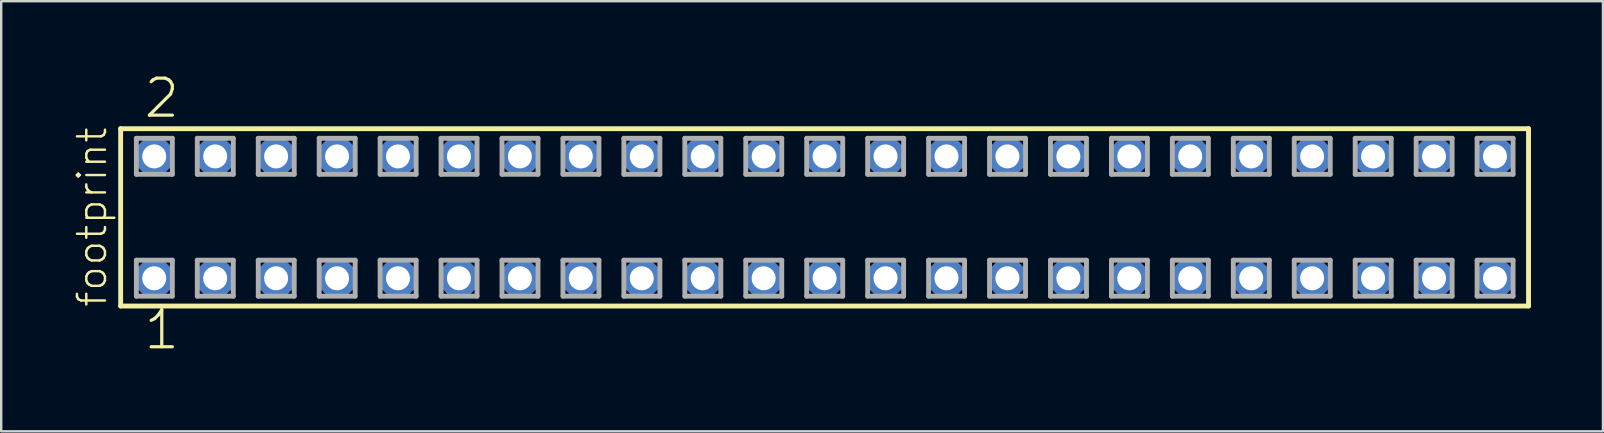
<source format=kicad_pcb>
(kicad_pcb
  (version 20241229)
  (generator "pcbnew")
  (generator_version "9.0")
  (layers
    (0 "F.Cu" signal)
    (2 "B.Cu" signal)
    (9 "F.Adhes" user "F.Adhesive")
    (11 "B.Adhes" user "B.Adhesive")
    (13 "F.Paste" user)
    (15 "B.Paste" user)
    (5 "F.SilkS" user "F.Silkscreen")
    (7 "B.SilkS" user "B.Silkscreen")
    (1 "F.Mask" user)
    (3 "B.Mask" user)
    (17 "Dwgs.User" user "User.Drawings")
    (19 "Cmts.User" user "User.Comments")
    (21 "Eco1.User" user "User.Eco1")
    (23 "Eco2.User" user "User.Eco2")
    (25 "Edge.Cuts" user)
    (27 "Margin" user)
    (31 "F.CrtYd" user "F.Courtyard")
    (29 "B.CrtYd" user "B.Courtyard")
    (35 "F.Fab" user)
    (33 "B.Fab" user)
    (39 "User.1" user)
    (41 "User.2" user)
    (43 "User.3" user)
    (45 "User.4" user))
  (footprint "footprint"
    (layer "F.Cu")
    (at 31.318 6.009)
    (property "Reference" "footprint" (at -29.845 3.81 90) (layer "F.SilkS") (effects (font (size 1.168 1.168) (thickness 0.102)) (justify left bottom)))
    (fp_line (start -29.339 -3.695) (end 29.339 -3.695) (stroke (width 0.203) (type solid)) (layer "F.SilkS"))
    (fp_line (start -29.339 3.695) (end -29.339 -3.695) (stroke (width 0.203) (type solid)) (layer "F.SilkS"))
    (fp_line (start 29.339 -3.695) (end 29.339 3.695) (stroke (width 0.203) (type solid)) (layer "F.SilkS"))
    (fp_line (start 29.339 3.695) (end -29.339 3.695) (stroke (width 0.203) (type solid)) (layer "F.SilkS"))
    (fp_line (start -28.685 -3.295) (end -27.185 -3.295) (stroke (width 0.203) (type solid)) (layer "F.Fab"))
    (fp_line (start -28.685 -1.795) (end -28.685 -3.295) (stroke (width 0.203) (type solid)) (layer "F.Fab"))
    (fp_line (start -28.685 1.785) (end -27.185 1.785) (stroke (width 0.203) (type solid)) (layer "F.Fab"))
    (fp_line (start -28.685 3.285) (end -28.685 1.785) (stroke (width 0.203) (type solid)) (layer "F.Fab"))
    (fp_line (start -27.185 -3.295) (end -27.185 -1.795) (stroke (width 0.203) (type solid)) (layer "F.Fab"))
    (fp_line (start -27.185 -1.795) (end -28.685 -1.795) (stroke (width 0.203) (type solid)) (layer "F.Fab"))
    (fp_line (start -27.185 1.785) (end -27.185 3.285) (stroke (width 0.203) (type solid)) (layer "F.Fab"))
    (fp_line (start -27.185 3.285) (end -28.685 3.285) (stroke (width 0.203) (type solid)) (layer "F.Fab"))
    (fp_line (start -26.145 -3.295) (end -24.645 -3.295) (stroke (width 0.203) (type solid)) (layer "F.Fab"))
    (fp_line (start -26.145 -1.795) (end -26.145 -3.295) (stroke (width 0.203) (type solid)) (layer "F.Fab"))
    (fp_line (start -26.145 1.785) (end -24.645 1.785) (stroke (width 0.203) (type solid)) (layer "F.Fab"))
    (fp_line (start -26.145 3.285) (end -26.145 1.785) (stroke (width 0.203) (type solid)) (layer "F.Fab"))
    (fp_line (start -24.645 -3.295) (end -24.645 -1.795) (stroke (width 0.203) (type solid)) (layer "F.Fab"))
    (fp_line (start -24.645 -1.795) (end -26.145 -1.795) (stroke (width 0.203) (type solid)) (layer "F.Fab"))
    (fp_line (start -24.645 1.785) (end -24.645 3.285) (stroke (width 0.203) (type solid)) (layer "F.Fab"))
    (fp_line (start -24.645 3.285) (end -26.145 3.285) (stroke (width 0.203) (type solid)) (layer "F.Fab"))
    (fp_line (start -23.605 -3.295) (end -22.105 -3.295) (stroke (width 0.203) (type solid)) (layer "F.Fab"))
    (fp_line (start -23.605 -1.795) (end -23.605 -3.295) (stroke (width 0.203) (type solid)) (layer "F.Fab"))
    (fp_line (start -23.605 1.785) (end -22.105 1.785) (stroke (width 0.203) (type solid)) (layer "F.Fab"))
    (fp_line (start -23.605 3.285) (end -23.605 1.785) (stroke (width 0.203) (type solid)) (layer "F.Fab"))
    (fp_line (start -22.105 -3.295) (end -22.105 -1.795) (stroke (width 0.203) (type solid)) (layer "F.Fab"))
    (fp_line (start -22.105 -1.795) (end -23.605 -1.795) (stroke (width 0.203) (type solid)) (layer "F.Fab"))
    (fp_line (start -22.105 1.785) (end -22.105 3.285) (stroke (width 0.203) (type solid)) (layer "F.Fab"))
    (fp_line (start -22.105 3.285) (end -23.605 3.285) (stroke (width 0.203) (type solid)) (layer "F.Fab"))
    (fp_line (start -21.065 -3.295) (end -19.565 -3.295) (stroke (width 0.203) (type solid)) (layer "F.Fab"))
    (fp_line (start -21.065 -1.795) (end -21.065 -3.295) (stroke (width 0.203) (type solid)) (layer "F.Fab"))
    (fp_line (start -21.065 1.785) (end -19.565 1.785) (stroke (width 0.203) (type solid)) (layer "F.Fab"))
    (fp_line (start -21.065 3.285) (end -21.065 1.785) (stroke (width 0.203) (type solid)) (layer "F.Fab"))
    (fp_line (start -19.565 -3.295) (end -19.565 -1.795) (stroke (width 0.203) (type solid)) (layer "F.Fab"))
    (fp_line (start -19.565 -1.795) (end -21.065 -1.795) (stroke (width 0.203) (type solid)) (layer "F.Fab"))
    (fp_line (start -19.565 1.785) (end -19.565 3.285) (stroke (width 0.203) (type solid)) (layer "F.Fab"))
    (fp_line (start -19.565 3.285) (end -21.065 3.285) (stroke (width 0.203) (type solid)) (layer "F.Fab"))
    (fp_line (start -18.525 -3.295) (end -17.025 -3.295) (stroke (width 0.203) (type solid)) (layer "F.Fab"))
    (fp_line (start -18.525 -1.795) (end -18.525 -3.295) (stroke (width 0.203) (type solid)) (layer "F.Fab"))
    (fp_line (start -18.525 1.785) (end -17.025 1.785) (stroke (width 0.203) (type solid)) (layer "F.Fab"))
    (fp_line (start -18.525 3.285) (end -18.525 1.785) (stroke (width 0.203) (type solid)) (layer "F.Fab"))
    (fp_line (start -17.025 -3.295) (end -17.025 -1.795) (stroke (width 0.203) (type solid)) (layer "F.Fab"))
    (fp_line (start -17.025 -1.795) (end -18.525 -1.795) (stroke (width 0.203) (type solid)) (layer "F.Fab"))
    (fp_line (start -17.025 1.785) (end -17.025 3.285) (stroke (width 0.203) (type solid)) (layer "F.Fab"))
    (fp_line (start -17.025 3.285) (end -18.525 3.285) (stroke (width 0.203) (type solid)) (layer "F.Fab"))
    (fp_line (start -15.985 -3.295) (end -14.485 -3.295) (stroke (width 0.203) (type solid)) (layer "F.Fab"))
    (fp_line (start -15.985 -1.795) (end -15.985 -3.295) (stroke (width 0.203) (type solid)) (layer "F.Fab"))
    (fp_line (start -15.985 1.785) (end -14.485 1.785) (stroke (width 0.203) (type solid)) (layer "F.Fab"))
    (fp_line (start -15.985 3.285) (end -15.985 1.785) (stroke (width 0.203) (type solid)) (layer "F.Fab"))
    (fp_line (start -14.485 -3.295) (end -14.485 -1.795) (stroke (width 0.203) (type solid)) (layer "F.Fab"))
    (fp_line (start -14.485 -1.795) (end -15.985 -1.795) (stroke (width 0.203) (type solid)) (layer "F.Fab"))
    (fp_line (start -14.485 1.785) (end -14.485 3.285) (stroke (width 0.203) (type solid)) (layer "F.Fab"))
    (fp_line (start -14.485 3.285) (end -15.985 3.285) (stroke (width 0.203) (type solid)) (layer "F.Fab"))
    (fp_line (start -13.445 -3.295) (end -11.945 -3.295) (stroke (width 0.203) (type solid)) (layer "F.Fab"))
    (fp_line (start -13.445 -1.795) (end -13.445 -3.295) (stroke (width 0.203) (type solid)) (layer "F.Fab"))
    (fp_line (start -13.445 1.785) (end -11.945 1.785) (stroke (width 0.203) (type solid)) (layer "F.Fab"))
    (fp_line (start -13.445 3.285) (end -13.445 1.785) (stroke (width 0.203) (type solid)) (layer "F.Fab"))
    (fp_line (start -11.945 -3.295) (end -11.945 -1.795) (stroke (width 0.203) (type solid)) (layer "F.Fab"))
    (fp_line (start -11.945 -1.795) (end -13.445 -1.795) (stroke (width 0.203) (type solid)) (layer "F.Fab"))
    (fp_line (start -11.945 1.785) (end -11.945 3.285) (stroke (width 0.203) (type solid)) (layer "F.Fab"))
    (fp_line (start -11.945 3.285) (end -13.445 3.285) (stroke (width 0.203) (type solid)) (layer "F.Fab"))
    (fp_line (start -10.905 -3.295) (end -9.405 -3.295) (stroke (width 0.203) (type solid)) (layer "F.Fab"))
    (fp_line (start -10.905 -1.795) (end -10.905 -3.295) (stroke (width 0.203) (type solid)) (layer "F.Fab"))
    (fp_line (start -10.905 1.785) (end -9.405 1.785) (stroke (width 0.203) (type solid)) (layer "F.Fab"))
    (fp_line (start -10.905 3.285) (end -10.905 1.785) (stroke (width 0.203) (type solid)) (layer "F.Fab"))
    (fp_line (start -9.405 -3.295) (end -9.405 -1.795) (stroke (width 0.203) (type solid)) (layer "F.Fab"))
    (fp_line (start -9.405 -1.795) (end -10.905 -1.795) (stroke (width 0.203) (type solid)) (layer "F.Fab"))
    (fp_line (start -9.405 1.785) (end -9.405 3.285) (stroke (width 0.203) (type solid)) (layer "F.Fab"))
    (fp_line (start -9.405 3.285) (end -10.905 3.285) (stroke (width 0.203) (type solid)) (layer "F.Fab"))
    (fp_line (start -8.365 -3.295) (end -6.865 -3.295) (stroke (width 0.203) (type solid)) (layer "F.Fab"))
    (fp_line (start -8.365 -1.795) (end -8.365 -3.295) (stroke (width 0.203) (type solid)) (layer "F.Fab"))
    (fp_line (start -8.365 1.785) (end -6.865 1.785) (stroke (width 0.203) (type solid)) (layer "F.Fab"))
    (fp_line (start -8.365 3.285) (end -8.365 1.785) (stroke (width 0.203) (type solid)) (layer "F.Fab"))
    (fp_line (start -6.865 -3.295) (end -6.865 -1.795) (stroke (width 0.203) (type solid)) (layer "F.Fab"))
    (fp_line (start -6.865 -1.795) (end -8.365 -1.795) (stroke (width 0.203) (type solid)) (layer "F.Fab"))
    (fp_line (start -6.865 1.785) (end -6.865 3.285) (stroke (width 0.203) (type solid)) (layer "F.Fab"))
    (fp_line (start -6.865 3.285) (end -8.365 3.285) (stroke (width 0.203) (type solid)) (layer "F.Fab"))
    (fp_line (start -5.825 -3.295) (end -4.325 -3.295) (stroke (width 0.203) (type solid)) (layer "F.Fab"))
    (fp_line (start -5.825 -1.795) (end -5.825 -3.295) (stroke (width 0.203) (type solid)) (layer "F.Fab"))
    (fp_line (start -5.825 1.785) (end -4.325 1.785) (stroke (width 0.203) (type solid)) (layer "F.Fab"))
    (fp_line (start -5.825 3.285) (end -5.825 1.785) (stroke (width 0.203) (type solid)) (layer "F.Fab"))
    (fp_line (start -4.325 -3.295) (end -4.325 -1.795) (stroke (width 0.203) (type solid)) (layer "F.Fab"))
    (fp_line (start -4.325 -1.795) (end -5.825 -1.795) (stroke (width 0.203) (type solid)) (layer "F.Fab"))
    (fp_line (start -4.325 1.785) (end -4.325 3.285) (stroke (width 0.203) (type solid)) (layer "F.Fab"))
    (fp_line (start -4.325 3.285) (end -5.825 3.285) (stroke (width 0.203) (type solid)) (layer "F.Fab"))
    (fp_line (start -3.285 -3.295) (end -1.785 -3.295) (stroke (width 0.203) (type solid)) (layer "F.Fab"))
    (fp_line (start -3.285 -1.795) (end -3.285 -3.295) (stroke (width 0.203) (type solid)) (layer "F.Fab"))
    (fp_line (start -3.285 1.785) (end -1.785 1.785) (stroke (width 0.203) (type solid)) (layer "F.Fab"))
    (fp_line (start -3.285 3.285) (end -3.285 1.785) (stroke (width 0.203) (type solid)) (layer "F.Fab"))
    (fp_line (start -1.785 -3.295) (end -1.785 -1.795) (stroke (width 0.203) (type solid)) (layer "F.Fab"))
    (fp_line (start -1.785 -1.795) (end -3.285 -1.795) (stroke (width 0.203) (type solid)) (layer "F.Fab"))
    (fp_line (start -1.785 1.785) (end -1.785 3.285) (stroke (width 0.203) (type solid)) (layer "F.Fab"))
    (fp_line (start -1.785 3.285) (end -3.285 3.285) (stroke (width 0.203) (type solid)) (layer "F.Fab"))
    (fp_line (start -0.745 -3.295) (end 0.755 -3.295) (stroke (width 0.203) (type solid)) (layer "F.Fab"))
    (fp_line (start -0.745 -1.795) (end -0.745 -3.295) (stroke (width 0.203) (type solid)) (layer "F.Fab"))
    (fp_line (start -0.745 1.785) (end 0.755 1.785) (stroke (width 0.203) (type solid)) (layer "F.Fab"))
    (fp_line (start -0.745 3.285) (end -0.745 1.785) (stroke (width 0.203) (type solid)) (layer "F.Fab"))
    (fp_line (start 0.755 -3.295) (end 0.755 -1.795) (stroke (width 0.203) (type solid)) (layer "F.Fab"))
    (fp_line (start 0.755 -1.795) (end -0.745 -1.795) (stroke (width 0.203) (type solid)) (layer "F.Fab"))
    (fp_line (start 0.755 1.785) (end 0.755 3.285) (stroke (width 0.203) (type solid)) (layer "F.Fab"))
    (fp_line (start 0.755 3.285) (end -0.745 3.285) (stroke (width 0.203) (type solid)) (layer "F.Fab"))
    (fp_line (start 1.795 -3.295) (end 3.295 -3.295) (stroke (width 0.203) (type solid)) (layer "F.Fab"))
    (fp_line (start 1.795 -1.795) (end 1.795 -3.295) (stroke (width 0.203) (type solid)) (layer "F.Fab"))
    (fp_line (start 1.795 1.785) (end 3.295 1.785) (stroke (width 0.203) (type solid)) (layer "F.Fab"))
    (fp_line (start 1.795 3.285) (end 1.795 1.785) (stroke (width 0.203) (type solid)) (layer "F.Fab"))
    (fp_line (start 3.295 -3.295) (end 3.295 -1.795) (stroke (width 0.203) (type solid)) (layer "F.Fab"))
    (fp_line (start 3.295 -1.795) (end 1.795 -1.795) (stroke (width 0.203) (type solid)) (layer "F.Fab"))
    (fp_line (start 3.295 1.785) (end 3.295 3.285) (stroke (width 0.203) (type solid)) (layer "F.Fab"))
    (fp_line (start 3.295 3.285) (end 1.795 3.285) (stroke (width 0.203) (type solid)) (layer "F.Fab"))
    (fp_line (start 4.335 -3.295) (end 5.835 -3.295) (stroke (width 0.203) (type solid)) (layer "F.Fab"))
    (fp_line (start 4.335 -1.795) (end 4.335 -3.295) (stroke (width 0.203) (type solid)) (layer "F.Fab"))
    (fp_line (start 4.335 1.785) (end 5.835 1.785) (stroke (width 0.203) (type solid)) (layer "F.Fab"))
    (fp_line (start 4.335 3.285) (end 4.335 1.785) (stroke (width 0.203) (type solid)) (layer "F.Fab"))
    (fp_line (start 5.835 -3.295) (end 5.835 -1.795) (stroke (width 0.203) (type solid)) (layer "F.Fab"))
    (fp_line (start 5.835 -1.795) (end 4.335 -1.795) (stroke (width 0.203) (type solid)) (layer "F.Fab"))
    (fp_line (start 5.835 1.785) (end 5.835 3.285) (stroke (width 0.203) (type solid)) (layer "F.Fab"))
    (fp_line (start 5.835 3.285) (end 4.335 3.285) (stroke (width 0.203) (type solid)) (layer "F.Fab"))
    (fp_line (start 6.875 -3.295) (end 8.375 -3.295) (stroke (width 0.203) (type solid)) (layer "F.Fab"))
    (fp_line (start 6.875 -1.795) (end 6.875 -3.295) (stroke (width 0.203) (type solid)) (layer "F.Fab"))
    (fp_line (start 6.875 1.785) (end 8.375 1.785) (stroke (width 0.203) (type solid)) (layer "F.Fab"))
    (fp_line (start 6.875 3.285) (end 6.875 1.785) (stroke (width 0.203) (type solid)) (layer "F.Fab"))
    (fp_line (start 8.375 -3.295) (end 8.375 -1.795) (stroke (width 0.203) (type solid)) (layer "F.Fab"))
    (fp_line (start 8.375 -1.795) (end 6.875 -1.795) (stroke (width 0.203) (type solid)) (layer "F.Fab"))
    (fp_line (start 8.375 1.785) (end 8.375 3.285) (stroke (width 0.203) (type solid)) (layer "F.Fab"))
    (fp_line (start 8.375 3.285) (end 6.875 3.285) (stroke (width 0.203) (type solid)) (layer "F.Fab"))
    (fp_line (start 9.415 -3.295) (end 10.915 -3.295) (stroke (width 0.203) (type solid)) (layer "F.Fab"))
    (fp_line (start 9.415 -1.795) (end 9.415 -3.295) (stroke (width 0.203) (type solid)) (layer "F.Fab"))
    (fp_line (start 9.415 1.785) (end 10.915 1.785) (stroke (width 0.203) (type solid)) (layer "F.Fab"))
    (fp_line (start 9.415 3.285) (end 9.415 1.785) (stroke (width 0.203) (type solid)) (layer "F.Fab"))
    (fp_line (start 10.915 -3.295) (end 10.915 -1.795) (stroke (width 0.203) (type solid)) (layer "F.Fab"))
    (fp_line (start 10.915 -1.795) (end 9.415 -1.795) (stroke (width 0.203) (type solid)) (layer "F.Fab"))
    (fp_line (start 10.915 1.785) (end 10.915 3.285) (stroke (width 0.203) (type solid)) (layer "F.Fab"))
    (fp_line (start 10.915 3.285) (end 9.415 3.285) (stroke (width 0.203) (type solid)) (layer "F.Fab"))
    (fp_line (start 11.955 -3.295) (end 13.455 -3.295) (stroke (width 0.203) (type solid)) (layer "F.Fab"))
    (fp_line (start 11.955 -1.795) (end 11.955 -3.295) (stroke (width 0.203) (type solid)) (layer "F.Fab"))
    (fp_line (start 11.955 1.785) (end 13.455 1.785) (stroke (width 0.203) (type solid)) (layer "F.Fab"))
    (fp_line (start 11.955 3.285) (end 11.955 1.785) (stroke (width 0.203) (type solid)) (layer "F.Fab"))
    (fp_line (start 13.455 -3.295) (end 13.455 -1.795) (stroke (width 0.203) (type solid)) (layer "F.Fab"))
    (fp_line (start 13.455 -1.795) (end 11.955 -1.795) (stroke (width 0.203) (type solid)) (layer "F.Fab"))
    (fp_line (start 13.455 1.785) (end 13.455 3.285) (stroke (width 0.203) (type solid)) (layer "F.Fab"))
    (fp_line (start 13.455 3.285) (end 11.955 3.285) (stroke (width 0.203) (type solid)) (layer "F.Fab"))
    (fp_line (start 14.495 -3.295) (end 15.995 -3.295) (stroke (width 0.203) (type solid)) (layer "F.Fab"))
    (fp_line (start 14.495 -1.795) (end 14.495 -3.295) (stroke (width 0.203) (type solid)) (layer "F.Fab"))
    (fp_line (start 14.495 1.785) (end 15.995 1.785) (stroke (width 0.203) (type solid)) (layer "F.Fab"))
    (fp_line (start 14.495 3.285) (end 14.495 1.785) (stroke (width 0.203) (type solid)) (layer "F.Fab"))
    (fp_line (start 15.995 -3.295) (end 15.995 -1.795) (stroke (width 0.203) (type solid)) (layer "F.Fab"))
    (fp_line (start 15.995 -1.795) (end 14.495 -1.795) (stroke (width 0.203) (type solid)) (layer "F.Fab"))
    (fp_line (start 15.995 1.785) (end 15.995 3.285) (stroke (width 0.203) (type solid)) (layer "F.Fab"))
    (fp_line (start 15.995 3.285) (end 14.495 3.285) (stroke (width 0.203) (type solid)) (layer "F.Fab"))
    (fp_line (start 17.035 -3.295) (end 18.535 -3.295) (stroke (width 0.203) (type solid)) (layer "F.Fab"))
    (fp_line (start 17.035 -1.795) (end 17.035 -3.295) (stroke (width 0.203) (type solid)) (layer "F.Fab"))
    (fp_line (start 17.035 1.785) (end 18.535 1.785) (stroke (width 0.203) (type solid)) (layer "F.Fab"))
    (fp_line (start 17.035 3.285) (end 17.035 1.785) (stroke (width 0.203) (type solid)) (layer "F.Fab"))
    (fp_line (start 18.535 -3.295) (end 18.535 -1.795) (stroke (width 0.203) (type solid)) (layer "F.Fab"))
    (fp_line (start 18.535 -1.795) (end 17.035 -1.795) (stroke (width 0.203) (type solid)) (layer "F.Fab"))
    (fp_line (start 18.535 1.785) (end 18.535 3.285) (stroke (width 0.203) (type solid)) (layer "F.Fab"))
    (fp_line (start 18.535 3.285) (end 17.035 3.285) (stroke (width 0.203) (type solid)) (layer "F.Fab"))
    (fp_line (start 19.575 -3.295) (end 21.075 -3.295) (stroke (width 0.203) (type solid)) (layer "F.Fab"))
    (fp_line (start 19.575 -1.795) (end 19.575 -3.295) (stroke (width 0.203) (type solid)) (layer "F.Fab"))
    (fp_line (start 19.575 1.785) (end 21.075 1.785) (stroke (width 0.203) (type solid)) (layer "F.Fab"))
    (fp_line (start 19.575 3.285) (end 19.575 1.785) (stroke (width 0.203) (type solid)) (layer "F.Fab"))
    (fp_line (start 21.075 -3.295) (end 21.075 -1.795) (stroke (width 0.203) (type solid)) (layer "F.Fab"))
    (fp_line (start 21.075 -1.795) (end 19.575 -1.795) (stroke (width 0.203) (type solid)) (layer "F.Fab"))
    (fp_line (start 21.075 1.785) (end 21.075 3.285) (stroke (width 0.203) (type solid)) (layer "F.Fab"))
    (fp_line (start 21.075 3.285) (end 19.575 3.285) (stroke (width 0.203) (type solid)) (layer "F.Fab"))
    (fp_line (start 22.115 -3.295) (end 23.615 -3.295) (stroke (width 0.203) (type solid)) (layer "F.Fab"))
    (fp_line (start 22.115 -1.795) (end 22.115 -3.295) (stroke (width 0.203) (type solid)) (layer "F.Fab"))
    (fp_line (start 22.115 1.785) (end 23.615 1.785) (stroke (width 0.203) (type solid)) (layer "F.Fab"))
    (fp_line (start 22.115 3.285) (end 22.115 1.785) (stroke (width 0.203) (type solid)) (layer "F.Fab"))
    (fp_line (start 23.615 -3.295) (end 23.615 -1.795) (stroke (width 0.203) (type solid)) (layer "F.Fab"))
    (fp_line (start 23.615 -1.795) (end 22.115 -1.795) (stroke (width 0.203) (type solid)) (layer "F.Fab"))
    (fp_line (start 23.615 1.785) (end 23.615 3.285) (stroke (width 0.203) (type solid)) (layer "F.Fab"))
    (fp_line (start 23.615 3.285) (end 22.115 3.285) (stroke (width 0.203) (type solid)) (layer "F.Fab"))
    (fp_line (start 24.655 -3.295) (end 26.155 -3.295) (stroke (width 0.203) (type solid)) (layer "F.Fab"))
    (fp_line (start 24.655 -1.795) (end 24.655 -3.295) (stroke (width 0.203) (type solid)) (layer "F.Fab"))
    (fp_line (start 24.655 1.785) (end 26.155 1.785) (stroke (width 0.203) (type solid)) (layer "F.Fab"))
    (fp_line (start 24.655 3.285) (end 24.655 1.785) (stroke (width 0.203) (type solid)) (layer "F.Fab"))
    (fp_line (start 26.155 -3.295) (end 26.155 -1.795) (stroke (width 0.203) (type solid)) (layer "F.Fab"))
    (fp_line (start 26.155 -1.795) (end 24.655 -1.795) (stroke (width 0.203) (type solid)) (layer "F.Fab"))
    (fp_line (start 26.155 1.785) (end 26.155 3.285) (stroke (width 0.203) (type solid)) (layer "F.Fab"))
    (fp_line (start 26.155 3.285) (end 24.655 3.285) (stroke (width 0.203) (type solid)) (layer "F.Fab"))
    (fp_line (start 27.195 -3.295) (end 28.695 -3.295) (stroke (width 0.203) (type solid)) (layer "F.Fab"))
    (fp_line (start 27.195 -1.795) (end 27.195 -3.295) (stroke (width 0.203) (type solid)) (layer "F.Fab"))
    (fp_line (start 27.195 1.785) (end 28.695 1.785) (stroke (width 0.203) (type solid)) (layer "F.Fab"))
    (fp_line (start 27.195 3.285) (end 27.195 1.785) (stroke (width 0.203) (type solid)) (layer "F.Fab"))
    (fp_line (start 28.695 -3.295) (end 28.695 -1.795) (stroke (width 0.203) (type solid)) (layer "F.Fab"))
    (fp_line (start 28.695 -1.795) (end 27.195 -1.795) (stroke (width 0.203) (type solid)) (layer "F.Fab"))
    (fp_line (start 28.695 1.785) (end 28.695 3.285) (stroke (width 0.203) (type solid)) (layer "F.Fab"))
    (fp_line (start 28.695 3.285) (end 27.195 3.285) (stroke (width 0.203) (type solid)) (layer "F.Fab"))
    (fp_text user "2" (at -28.448 -4.064 0) (layer "F.SilkS") (effects (font (size 1.542 1.542) (thickness 0.134)) (justify left bottom)))
    (fp_text user "1" (at -28.448 5.588 0) (layer "F.SilkS") (effects (font (size 1.542 1.542) (thickness 0.134)) (justify left bottom)))
    (pad "1" thru_hole roundrect (at -27.94 2.54) (size 1.5 1.5) (drill 1) (layers "*.Cu" "*.Mask") (roundrect_rratio 0.25) (chamfer_ratio 0.25) (chamfer top_left top_right bottom_left bottom_right))
    (pad "2" thru_hole roundrect (at -27.94 -2.54) (size 1.5 1.5) (drill 1) (layers "*.Cu" "*.Mask") (roundrect_rratio 0.25) (chamfer_ratio 0.25) (chamfer top_left top_right bottom_left bottom_right))
    (pad "3" thru_hole roundrect (at -25.4 2.54) (size 1.5 1.5) (drill 1) (layers "*.Cu" "*.Mask") (roundrect_rratio 0.25) (chamfer_ratio 0.25) (chamfer top_left top_right bottom_left bottom_right))
    (pad "4" thru_hole roundrect (at -25.4 -2.54) (size 1.5 1.5) (drill 1) (layers "*.Cu" "*.Mask") (roundrect_rratio 0.25) (chamfer_ratio 0.25) (chamfer top_left top_right bottom_left bottom_right))
    (pad "5" thru_hole roundrect (at -22.86 2.54) (size 1.5 1.5) (drill 1) (layers "*.Cu" "*.Mask") (roundrect_rratio 0.25) (chamfer_ratio 0.25) (chamfer top_left top_right bottom_left bottom_right))
    (pad "6" thru_hole roundrect (at -22.86 -2.54) (size 1.5 1.5) (drill 1) (layers "*.Cu" "*.Mask") (roundrect_rratio 0.25) (chamfer_ratio 0.25) (chamfer top_left top_right bottom_left bottom_right))
    (pad "7" thru_hole roundrect (at -20.32 2.54) (size 1.5 1.5) (drill 1) (layers "*.Cu" "*.Mask") (roundrect_rratio 0.25) (chamfer_ratio 0.25) (chamfer top_left top_right bottom_left bottom_right))
    (pad "8" thru_hole roundrect (at -20.32 -2.54) (size 1.5 1.5) (drill 1) (layers "*.Cu" "*.Mask") (roundrect_rratio 0.25) (chamfer_ratio 0.25) (chamfer top_left top_right bottom_left bottom_right))
    (pad "9" thru_hole roundrect (at -17.78 2.54) (size 1.5 1.5) (drill 1) (layers "*.Cu" "*.Mask") (roundrect_rratio 0.25) (chamfer_ratio 0.25) (chamfer top_left top_right bottom_left bottom_right))
    (pad "10" thru_hole roundrect (at -17.78 -2.54) (size 1.5 1.5) (drill 1) (layers "*.Cu" "*.Mask") (roundrect_rratio 0.25) (chamfer_ratio 0.25) (chamfer top_left top_right bottom_left bottom_right))
    (pad "11" thru_hole roundrect (at -15.24 2.54) (size 1.5 1.5) (drill 1) (layers "*.Cu" "*.Mask") (roundrect_rratio 0.25) (chamfer_ratio 0.25) (chamfer top_left top_right bottom_left bottom_right))
    (pad "12" thru_hole roundrect (at -15.24 -2.54) (size 1.5 1.5) (drill 1) (layers "*.Cu" "*.Mask") (roundrect_rratio 0.25) (chamfer_ratio 0.25) (chamfer top_left top_right bottom_left bottom_right))
    (pad "13" thru_hole roundrect (at -12.7 2.54) (size 1.5 1.5) (drill 1) (layers "*.Cu" "*.Mask") (roundrect_rratio 0.25) (chamfer_ratio 0.25) (chamfer top_left top_right bottom_left bottom_right))
    (pad "14" thru_hole roundrect (at -12.7 -2.54) (size 1.5 1.5) (drill 1) (layers "*.Cu" "*.Mask") (roundrect_rratio 0.25) (chamfer_ratio 0.25) (chamfer top_left top_right bottom_left bottom_right))
    (pad "15" thru_hole roundrect (at -10.16 2.54) (size 1.5 1.5) (drill 1) (layers "*.Cu" "*.Mask") (roundrect_rratio 0.25) (chamfer_ratio 0.25) (chamfer top_left top_right bottom_left bottom_right))
    (pad "16" thru_hole roundrect (at -10.16 -2.54) (size 1.5 1.5) (drill 1) (layers "*.Cu" "*.Mask") (roundrect_rratio 0.25) (chamfer_ratio 0.25) (chamfer top_left top_right bottom_left bottom_right))
    (pad "17" thru_hole roundrect (at -7.62 2.54) (size 1.5 1.5) (drill 1) (layers "*.Cu" "*.Mask") (roundrect_rratio 0.25) (chamfer_ratio 0.25) (chamfer top_left top_right bottom_left bottom_right))
    (pad "18" thru_hole roundrect (at -7.62 -2.54) (size 1.5 1.5) (drill 1) (layers "*.Cu" "*.Mask") (roundrect_rratio 0.25) (chamfer_ratio 0.25) (chamfer top_left top_right bottom_left bottom_right))
    (pad "19" thru_hole roundrect (at -5.08 2.54) (size 1.5 1.5) (drill 1) (layers "*.Cu" "*.Mask") (roundrect_rratio 0.25) (chamfer_ratio 0.25) (chamfer top_left top_right bottom_left bottom_right))
    (pad "20" thru_hole roundrect (at -5.08 -2.54) (size 1.5 1.5) (drill 1) (layers "*.Cu" "*.Mask") (roundrect_rratio 0.25) (chamfer_ratio 0.25) (chamfer top_left top_right bottom_left bottom_right))
    (pad "21" thru_hole roundrect (at -2.54 2.54) (size 1.5 1.5) (drill 1) (layers "*.Cu" "*.Mask") (roundrect_rratio 0.25) (chamfer_ratio 0.25) (chamfer top_left top_right bottom_left bottom_right))
    (pad "22" thru_hole roundrect (at -2.54 -2.54) (size 1.5 1.5) (drill 1) (layers "*.Cu" "*.Mask") (roundrect_rratio 0.25) (chamfer_ratio 0.25) (chamfer top_left top_right bottom_left bottom_right))
    (pad "23" thru_hole roundrect (at 0 2.54) (size 1.5 1.5) (drill 1) (layers "*.Cu" "*.Mask") (roundrect_rratio 0.25) (chamfer_ratio 0.25) (chamfer top_left top_right bottom_left bottom_right))
    (pad "24" thru_hole roundrect (at 0 -2.54) (size 1.5 1.5) (drill 1) (layers "*.Cu" "*.Mask") (roundrect_rratio 0.25) (chamfer_ratio 0.25) (chamfer top_left top_right bottom_left bottom_right))
    (pad "25" thru_hole roundrect (at 2.54 2.54) (size 1.5 1.5) (drill 1) (layers "*.Cu" "*.Mask") (roundrect_rratio 0.25) (chamfer_ratio 0.25) (chamfer top_left top_right bottom_left bottom_right))
    (pad "26" thru_hole roundrect (at 2.54 -2.54) (size 1.5 1.5) (drill 1) (layers "*.Cu" "*.Mask") (roundrect_rratio 0.25) (chamfer_ratio 0.25) (chamfer top_left top_right bottom_left bottom_right))
    (pad "27" thru_hole roundrect (at 5.08 2.54) (size 1.5 1.5) (drill 1) (layers "*.Cu" "*.Mask") (roundrect_rratio 0.25) (chamfer_ratio 0.25) (chamfer top_left top_right bottom_left bottom_right))
    (pad "28" thru_hole roundrect (at 5.08 -2.54) (size 1.5 1.5) (drill 1) (layers "*.Cu" "*.Mask") (roundrect_rratio 0.25) (chamfer_ratio 0.25) (chamfer top_left top_right bottom_left bottom_right))
    (pad "29" thru_hole roundrect (at 7.62 2.54) (size 1.5 1.5) (drill 1) (layers "*.Cu" "*.Mask") (roundrect_rratio 0.25) (chamfer_ratio 0.25) (chamfer top_left top_right bottom_left bottom_right))
    (pad "30" thru_hole roundrect (at 7.62 -2.54) (size 1.5 1.5) (drill 1) (layers "*.Cu" "*.Mask") (roundrect_rratio 0.25) (chamfer_ratio 0.25) (chamfer top_left top_right bottom_left bottom_right))
    (pad "31" thru_hole roundrect (at 10.16 2.54) (size 1.5 1.5) (drill 1) (layers "*.Cu" "*.Mask") (roundrect_rratio 0.25) (chamfer_ratio 0.25) (chamfer top_left top_right bottom_left bottom_right))
    (pad "32" thru_hole roundrect (at 10.16 -2.54) (size 1.5 1.5) (drill 1) (layers "*.Cu" "*.Mask") (roundrect_rratio 0.25) (chamfer_ratio 0.25) (chamfer top_left top_right bottom_left bottom_right))
    (pad "33" thru_hole roundrect (at 12.7 2.54) (size 1.5 1.5) (drill 1) (layers "*.Cu" "*.Mask") (roundrect_rratio 0.25) (chamfer_ratio 0.25) (chamfer top_left top_right bottom_left bottom_right))
    (pad "34" thru_hole roundrect (at 12.7 -2.54) (size 1.5 1.5) (drill 1) (layers "*.Cu" "*.Mask") (roundrect_rratio 0.25) (chamfer_ratio 0.25) (chamfer top_left top_right bottom_left bottom_right))
    (pad "35" thru_hole roundrect (at 15.24 2.54) (size 1.5 1.5) (drill 1) (layers "*.Cu" "*.Mask") (roundrect_rratio 0.25) (chamfer_ratio 0.25) (chamfer top_left top_right bottom_left bottom_right))
    (pad "36" thru_hole roundrect (at 15.24 -2.54) (size 1.5 1.5) (drill 1) (layers "*.Cu" "*.Mask") (roundrect_rratio 0.25) (chamfer_ratio 0.25) (chamfer top_left top_right bottom_left bottom_right))
    (pad "37" thru_hole roundrect (at 17.78 2.54) (size 1.5 1.5) (drill 1) (layers "*.Cu" "*.Mask") (roundrect_rratio 0.25) (chamfer_ratio 0.25) (chamfer top_left top_right bottom_left bottom_right))
    (pad "38" thru_hole roundrect (at 17.78 -2.54) (size 1.5 1.5) (drill 1) (layers "*.Cu" "*.Mask") (roundrect_rratio 0.25) (chamfer_ratio 0.25) (chamfer top_left top_right bottom_left bottom_right))
    (pad "39" thru_hole roundrect (at 20.32 2.54) (size 1.5 1.5) (drill 1) (layers "*.Cu" "*.Mask") (roundrect_rratio 0.25) (chamfer_ratio 0.25) (chamfer top_left top_right bottom_left bottom_right))
    (pad "40" thru_hole roundrect (at 20.32 -2.54) (size 1.5 1.5) (drill 1) (layers "*.Cu" "*.Mask") (roundrect_rratio 0.25) (chamfer_ratio 0.25) (chamfer top_left top_right bottom_left bottom_right))
    (pad "41" thru_hole roundrect (at 22.86 2.54) (size 1.5 1.5) (drill 1) (layers "*.Cu" "*.Mask") (roundrect_rratio 0.25) (chamfer_ratio 0.25) (chamfer top_left top_right bottom_left bottom_right))
    (pad "42" thru_hole roundrect (at 22.86 -2.54) (size 1.5 1.5) (drill 1) (layers "*.Cu" "*.Mask") (roundrect_rratio 0.25) (chamfer_ratio 0.25) (chamfer top_left top_right bottom_left bottom_right))
    (pad "43" thru_hole roundrect (at 25.4 2.54) (size 1.5 1.5) (drill 1) (layers "*.Cu" "*.Mask") (roundrect_rratio 0.25) (chamfer_ratio 0.25) (chamfer top_left top_right bottom_left bottom_right))
    (pad "44" thru_hole roundrect (at 25.4 -2.54) (size 1.5 1.5) (drill 1) (layers "*.Cu" "*.Mask") (roundrect_rratio 0.25) (chamfer_ratio 0.25) (chamfer top_left top_right bottom_left bottom_right))
    (pad "45" thru_hole roundrect (at 27.94 2.54) (size 1.5 1.5) (drill 1) (layers "*.Cu" "*.Mask") (roundrect_rratio 0.25) (chamfer_ratio 0.25) (chamfer top_left top_right bottom_left bottom_right))
    (pad "46" thru_hole roundrect (at 27.94 -2.54) (size 1.5 1.5) (drill 1) (layers "*.Cu" "*.Mask") (roundrect_rratio 0.25) (chamfer_ratio 0.25) (chamfer top_left top_right bottom_left bottom_right)))
  (gr_rect
    (start -3 -3)
    (end 63.759 14.927)
    (stroke (width 0.1) (type default))
    (fill no)
    (layer "Edge.Cuts")))
</source>
